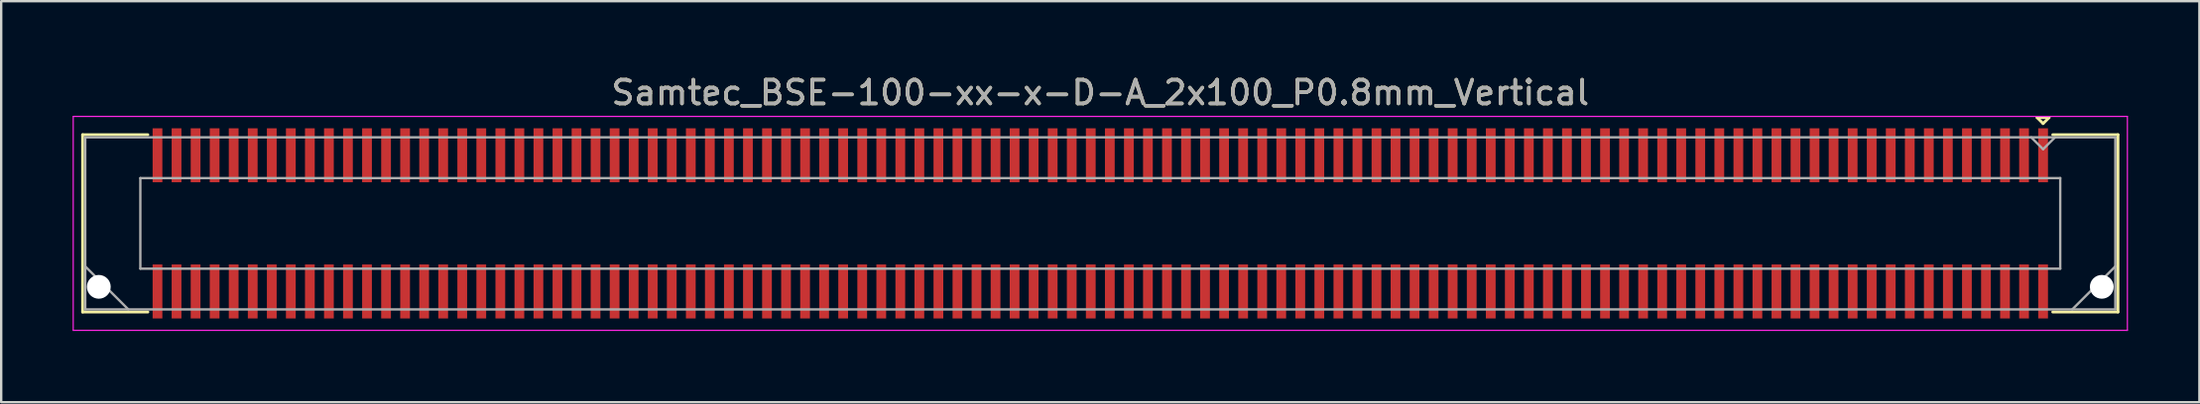
<source format=kicad_pcb>
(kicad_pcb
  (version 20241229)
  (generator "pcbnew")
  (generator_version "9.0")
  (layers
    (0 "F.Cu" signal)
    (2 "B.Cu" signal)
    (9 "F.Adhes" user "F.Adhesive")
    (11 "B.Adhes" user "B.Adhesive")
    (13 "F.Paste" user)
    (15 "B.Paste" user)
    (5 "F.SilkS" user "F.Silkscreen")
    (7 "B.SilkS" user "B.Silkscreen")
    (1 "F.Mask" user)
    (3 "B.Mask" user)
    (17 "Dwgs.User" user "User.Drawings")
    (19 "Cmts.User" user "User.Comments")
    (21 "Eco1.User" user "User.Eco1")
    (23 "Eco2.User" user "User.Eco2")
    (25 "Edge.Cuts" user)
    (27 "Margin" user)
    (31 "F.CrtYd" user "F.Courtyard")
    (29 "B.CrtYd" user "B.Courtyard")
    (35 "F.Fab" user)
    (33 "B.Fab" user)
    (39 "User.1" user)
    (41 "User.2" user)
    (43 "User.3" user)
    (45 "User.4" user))
  (footprint "Samtec_BSE-100-xx-x-D-A_2x100_P0.8mm_Vertical"
    (layer "F.Cu")
    (at 43.165 6.348)
    (property "Reference" "Samtec_BSE-100-xx-x-D-A_2x100_P0.8mm_Vertical" (at 0 -5.5 0) (layer "F.SilkS") (effects (font (size 1 1) (thickness 0.15))))
    (attr smd)
    (fp_line (start -42.745 -3.73) (end -40.005 -3.73) (stroke (width 0.12) (type solid)) (layer "F.SilkS"))
    (fp_line (start -42.745 3.73) (end -42.745 -3.73) (stroke (width 0.12) (type solid)) (layer "F.SilkS"))
    (fp_line (start -40.005 3.73) (end -42.745 3.73) (stroke (width 0.12) (type solid)) (layer "F.SilkS"))
    (fp_line (start 39.35 -4.45) (end 39.85 -4.45) (stroke (width 0.12) (type solid)) (layer "F.SilkS"))
    (fp_line (start 39.6 -4.2) (end 39.35 -4.45) (stroke (width 0.12) (type solid)) (layer "F.SilkS"))
    (fp_line (start 39.85 -4.45) (end 39.6 -4.2) (stroke (width 0.12) (type solid)) (layer "F.SilkS"))
    (fp_line (start 40.005 3.73) (end 42.745 3.73) (stroke (width 0.12) (type solid)) (layer "F.SilkS"))
    (fp_line (start 42.745 -3.73) (end 40.005 -3.73) (stroke (width 0.12) (type solid)) (layer "F.SilkS"))
    (fp_line (start 42.745 3.73) (end 42.745 -3.73) (stroke (width 0.12) (type solid)) (layer "F.SilkS"))
    (fp_line (start -43.14 -4.5) (end -43.14 4.5) (stroke (width 0.05) (type solid)) (layer "F.CrtYd"))
    (fp_line (start -43.14 4.5) (end 43.14 4.5) (stroke (width 0.05) (type solid)) (layer "F.CrtYd"))
    (fp_line (start 43.14 -4.5) (end -43.14 -4.5) (stroke (width 0.05) (type solid)) (layer "F.CrtYd"))
    (fp_line (start 43.14 4.5) (end 43.14 -4.5) (stroke (width 0.05) (type solid)) (layer "F.CrtYd"))
    (fp_line (start -42.635 -3.62) (end -42.635 3.62) (stroke (width 0.1) (type solid)) (layer "F.Fab"))
    (fp_line (start -42.635 1.81) (end -40.825 3.62) (stroke (width 0.1) (type solid)) (layer "F.Fab"))
    (fp_line (start -42.635 3.62) (end 42.635 3.62) (stroke (width 0.1) (type solid)) (layer "F.Fab"))
    (fp_line (start -40.32 -1.905) (end -40.32 1.905) (stroke (width 0.1) (type solid)) (layer "F.Fab"))
    (fp_line (start -40.32 1.905) (end 40.32 1.905) (stroke (width 0.1) (type solid)) (layer "F.Fab"))
    (fp_line (start 39.6 -3.12) (end 39.1 -3.62) (stroke (width 0.1) (type solid)) (layer "F.Fab"))
    (fp_line (start 40.1 -3.62) (end 39.6 -3.12) (stroke (width 0.1) (type solid)) (layer "F.Fab"))
    (fp_line (start 40.32 -1.905) (end -40.32 -1.905) (stroke (width 0.1) (type solid)) (layer "F.Fab"))
    (fp_line (start 40.32 1.905) (end 40.32 -1.905) (stroke (width 0.1) (type solid)) (layer "F.Fab"))
    (fp_line (start 42.635 -3.62) (end -42.635 -3.62) (stroke (width 0.1) (type solid)) (layer "F.Fab"))
    (fp_line (start 42.635 1.81) (end 40.825 3.62) (stroke (width 0.1) (type solid)) (layer "F.Fab"))
    (fp_line (start 42.635 3.62) (end 42.635 -3.62) (stroke (width 0.1) (type solid)) (layer "F.Fab"))
    (fp_text user "${REFERENCE}" (at 0 -5.5 0) (layer "F.Fab") (effects (font (size 1 1) (thickness 0.15))))
    (pad "" np_thru_hole circle (at -42.065 2.67) (size 1 1) (drill 1) (layers "*.Cu" "*.Mask"))
    (pad "" np_thru_hole circle (at 42.065 2.67) (size 1 1) (drill 1) (layers "*.Cu" "*.Mask"))
    (pad "1" smd rect (at 39.6 -2.865) (size 0.41 2.27) (layers "F.Cu" "F.Mask" "F.Paste"))
    (pad "2" smd rect (at 39.6 2.865) (size 0.41 2.27) (layers "F.Cu" "F.Mask" "F.Paste"))
    (pad "3" smd rect (at 38.8 -2.865) (size 0.41 2.27) (layers "F.Cu" "F.Mask" "F.Paste"))
    (pad "4" smd rect (at 38.8 2.865) (size 0.41 2.27) (layers "F.Cu" "F.Mask" "F.Paste"))
    (pad "5" smd rect (at 38 -2.865) (size 0.41 2.27) (layers "F.Cu" "F.Mask" "F.Paste"))
    (pad "6" smd rect (at 38 2.865) (size 0.41 2.27) (layers "F.Cu" "F.Mask" "F.Paste"))
    (pad "7" smd rect (at 37.2 -2.865) (size 0.41 2.27) (layers "F.Cu" "F.Mask" "F.Paste"))
    (pad "8" smd rect (at 37.2 2.865) (size 0.41 2.27) (layers "F.Cu" "F.Mask" "F.Paste"))
    (pad "9" smd rect (at 36.4 -2.865) (size 0.41 2.27) (layers "F.Cu" "F.Mask" "F.Paste"))
    (pad "10" smd rect (at 36.4 2.865) (size 0.41 2.27) (layers "F.Cu" "F.Mask" "F.Paste"))
    (pad "11" smd rect (at 35.6 -2.865) (size 0.41 2.27) (layers "F.Cu" "F.Mask" "F.Paste"))
    (pad "12" smd rect (at 35.6 2.865) (size 0.41 2.27) (layers "F.Cu" "F.Mask" "F.Paste"))
    (pad "13" smd rect (at 34.8 -2.865) (size 0.41 2.27) (layers "F.Cu" "F.Mask" "F.Paste"))
    (pad "14" smd rect (at 34.8 2.865) (size 0.41 2.27) (layers "F.Cu" "F.Mask" "F.Paste"))
    (pad "15" smd rect (at 34 -2.865) (size 0.41 2.27) (layers "F.Cu" "F.Mask" "F.Paste"))
    (pad "16" smd rect (at 34 2.865) (size 0.41 2.27) (layers "F.Cu" "F.Mask" "F.Paste"))
    (pad "17" smd rect (at 33.2 -2.865) (size 0.41 2.27) (layers "F.Cu" "F.Mask" "F.Paste"))
    (pad "18" smd rect (at 33.2 2.865) (size 0.41 2.27) (layers "F.Cu" "F.Mask" "F.Paste"))
    (pad "19" smd rect (at 32.4 -2.865) (size 0.41 2.27) (layers "F.Cu" "F.Mask" "F.Paste"))
    (pad "20" smd rect (at 32.4 2.865) (size 0.41 2.27) (layers "F.Cu" "F.Mask" "F.Paste"))
    (pad "21" smd rect (at 31.6 -2.865) (size 0.41 2.27) (layers "F.Cu" "F.Mask" "F.Paste"))
    (pad "22" smd rect (at 31.6 2.865) (size 0.41 2.27) (layers "F.Cu" "F.Mask" "F.Paste"))
    (pad "23" smd rect (at 30.8 -2.865) (size 0.41 2.27) (layers "F.Cu" "F.Mask" "F.Paste"))
    (pad "24" smd rect (at 30.8 2.865) (size 0.41 2.27) (layers "F.Cu" "F.Mask" "F.Paste"))
    (pad "25" smd rect (at 30 -2.865) (size 0.41 2.27) (layers "F.Cu" "F.Mask" "F.Paste"))
    (pad "26" smd rect (at 30 2.865) (size 0.41 2.27) (layers "F.Cu" "F.Mask" "F.Paste"))
    (pad "27" smd rect (at 29.2 -2.865) (size 0.41 2.27) (layers "F.Cu" "F.Mask" "F.Paste"))
    (pad "28" smd rect (at 29.2 2.865) (size 0.41 2.27) (layers "F.Cu" "F.Mask" "F.Paste"))
    (pad "29" smd rect (at 28.4 -2.865) (size 0.41 2.27) (layers "F.Cu" "F.Mask" "F.Paste"))
    (pad "30" smd rect (at 28.4 2.865) (size 0.41 2.27) (layers "F.Cu" "F.Mask" "F.Paste"))
    (pad "31" smd rect (at 27.6 -2.865) (size 0.41 2.27) (layers "F.Cu" "F.Mask" "F.Paste"))
    (pad "32" smd rect (at 27.6 2.865) (size 0.41 2.27) (layers "F.Cu" "F.Mask" "F.Paste"))
    (pad "33" smd rect (at 26.8 -2.865) (size 0.41 2.27) (layers "F.Cu" "F.Mask" "F.Paste"))
    (pad "34" smd rect (at 26.8 2.865) (size 0.41 2.27) (layers "F.Cu" "F.Mask" "F.Paste"))
    (pad "35" smd rect (at 26 -2.865) (size 0.41 2.27) (layers "F.Cu" "F.Mask" "F.Paste"))
    (pad "36" smd rect (at 26 2.865) (size 0.41 2.27) (layers "F.Cu" "F.Mask" "F.Paste"))
    (pad "37" smd rect (at 25.2 -2.865) (size 0.41 2.27) (layers "F.Cu" "F.Mask" "F.Paste"))
    (pad "38" smd rect (at 25.2 2.865) (size 0.41 2.27) (layers "F.Cu" "F.Mask" "F.Paste"))
    (pad "39" smd rect (at 24.4 -2.865) (size 0.41 2.27) (layers "F.Cu" "F.Mask" "F.Paste"))
    (pad "40" smd rect (at 24.4 2.865) (size 0.41 2.27) (layers "F.Cu" "F.Mask" "F.Paste"))
    (pad "41" smd rect (at 23.6 -2.865) (size 0.41 2.27) (layers "F.Cu" "F.Mask" "F.Paste"))
    (pad "42" smd rect (at 23.6 2.865) (size 0.41 2.27) (layers "F.Cu" "F.Mask" "F.Paste"))
    (pad "43" smd rect (at 22.8 -2.865) (size 0.41 2.27) (layers "F.Cu" "F.Mask" "F.Paste"))
    (pad "44" smd rect (at 22.8 2.865) (size 0.41 2.27) (layers "F.Cu" "F.Mask" "F.Paste"))
    (pad "45" smd rect (at 22 -2.865) (size 0.41 2.27) (layers "F.Cu" "F.Mask" "F.Paste"))
    (pad "46" smd rect (at 22 2.865) (size 0.41 2.27) (layers "F.Cu" "F.Mask" "F.Paste"))
    (pad "47" smd rect (at 21.2 -2.865) (size 0.41 2.27) (layers "F.Cu" "F.Mask" "F.Paste"))
    (pad "48" smd rect (at 21.2 2.865) (size 0.41 2.27) (layers "F.Cu" "F.Mask" "F.Paste"))
    (pad "49" smd rect (at 20.4 -2.865) (size 0.41 2.27) (layers "F.Cu" "F.Mask" "F.Paste"))
    (pad "50" smd rect (at 20.4 2.865) (size 0.41 2.27) (layers "F.Cu" "F.Mask" "F.Paste"))
    (pad "51" smd rect (at 19.6 -2.865) (size 0.41 2.27) (layers "F.Cu" "F.Mask" "F.Paste"))
    (pad "52" smd rect (at 19.6 2.865) (size 0.41 2.27) (layers "F.Cu" "F.Mask" "F.Paste"))
    (pad "53" smd rect (at 18.8 -2.865) (size 0.41 2.27) (layers "F.Cu" "F.Mask" "F.Paste"))
    (pad "54" smd rect (at 18.8 2.865) (size 0.41 2.27) (layers "F.Cu" "F.Mask" "F.Paste"))
    (pad "55" smd rect (at 18 -2.865) (size 0.41 2.27) (layers "F.Cu" "F.Mask" "F.Paste"))
    (pad "56" smd rect (at 18 2.865) (size 0.41 2.27) (layers "F.Cu" "F.Mask" "F.Paste"))
    (pad "57" smd rect (at 17.2 -2.865) (size 0.41 2.27) (layers "F.Cu" "F.Mask" "F.Paste"))
    (pad "58" smd rect (at 17.2 2.865) (size 0.41 2.27) (layers "F.Cu" "F.Mask" "F.Paste"))
    (pad "59" smd rect (at 16.4 -2.865) (size 0.41 2.27) (layers "F.Cu" "F.Mask" "F.Paste"))
    (pad "60" smd rect (at 16.4 2.865) (size 0.41 2.27) (layers "F.Cu" "F.Mask" "F.Paste"))
    (pad "61" smd rect (at 15.6 -2.865) (size 0.41 2.27) (layers "F.Cu" "F.Mask" "F.Paste"))
    (pad "62" smd rect (at 15.6 2.865) (size 0.41 2.27) (layers "F.Cu" "F.Mask" "F.Paste"))
    (pad "63" smd rect (at 14.8 -2.865) (size 0.41 2.27) (layers "F.Cu" "F.Mask" "F.Paste"))
    (pad "64" smd rect (at 14.8 2.865) (size 0.41 2.27) (layers "F.Cu" "F.Mask" "F.Paste"))
    (pad "65" smd rect (at 14 -2.865) (size 0.41 2.27) (layers "F.Cu" "F.Mask" "F.Paste"))
    (pad "66" smd rect (at 14 2.865) (size 0.41 2.27) (layers "F.Cu" "F.Mask" "F.Paste"))
    (pad "67" smd rect (at 13.2 -2.865) (size 0.41 2.27) (layers "F.Cu" "F.Mask" "F.Paste"))
    (pad "68" smd rect (at 13.2 2.865) (size 0.41 2.27) (layers "F.Cu" "F.Mask" "F.Paste"))
    (pad "69" smd rect (at 12.4 -2.865) (size 0.41 2.27) (layers "F.Cu" "F.Mask" "F.Paste"))
    (pad "70" smd rect (at 12.4 2.865) (size 0.41 2.27) (layers "F.Cu" "F.Mask" "F.Paste"))
    (pad "71" smd rect (at 11.6 -2.865) (size 0.41 2.27) (layers "F.Cu" "F.Mask" "F.Paste"))
    (pad "72" smd rect (at 11.6 2.865) (size 0.41 2.27) (layers "F.Cu" "F.Mask" "F.Paste"))
    (pad "73" smd rect (at 10.8 -2.865) (size 0.41 2.27) (layers "F.Cu" "F.Mask" "F.Paste"))
    (pad "74" smd rect (at 10.8 2.865) (size 0.41 2.27) (layers "F.Cu" "F.Mask" "F.Paste"))
    (pad "75" smd rect (at 10 -2.865) (size 0.41 2.27) (layers "F.Cu" "F.Mask" "F.Paste"))
    (pad "76" smd rect (at 10 2.865) (size 0.41 2.27) (layers "F.Cu" "F.Mask" "F.Paste"))
    (pad "77" smd rect (at 9.2 -2.865) (size 0.41 2.27) (layers "F.Cu" "F.Mask" "F.Paste"))
    (pad "78" smd rect (at 9.2 2.865) (size 0.41 2.27) (layers "F.Cu" "F.Mask" "F.Paste"))
    (pad "79" smd rect (at 8.4 -2.865) (size 0.41 2.27) (layers "F.Cu" "F.Mask" "F.Paste"))
    (pad "80" smd rect (at 8.4 2.865) (size 0.41 2.27) (layers "F.Cu" "F.Mask" "F.Paste"))
    (pad "81" smd rect (at 7.6 -2.865) (size 0.41 2.27) (layers "F.Cu" "F.Mask" "F.Paste"))
    (pad "82" smd rect (at 7.6 2.865) (size 0.41 2.27) (layers "F.Cu" "F.Mask" "F.Paste"))
    (pad "83" smd rect (at 6.8 -2.865) (size 0.41 2.27) (layers "F.Cu" "F.Mask" "F.Paste"))
    (pad "84" smd rect (at 6.8 2.865) (size 0.41 2.27) (layers "F.Cu" "F.Mask" "F.Paste"))
    (pad "85" smd rect (at 6 -2.865) (size 0.41 2.27) (layers "F.Cu" "F.Mask" "F.Paste"))
    (pad "86" smd rect (at 6 2.865) (size 0.41 2.27) (layers "F.Cu" "F.Mask" "F.Paste"))
    (pad "87" smd rect (at 5.2 -2.865) (size 0.41 2.27) (layers "F.Cu" "F.Mask" "F.Paste"))
    (pad "88" smd rect (at 5.2 2.865) (size 0.41 2.27) (layers "F.Cu" "F.Mask" "F.Paste"))
    (pad "89" smd rect (at 4.4 -2.865) (size 0.41 2.27) (layers "F.Cu" "F.Mask" "F.Paste"))
    (pad "90" smd rect (at 4.4 2.865) (size 0.41 2.27) (layers "F.Cu" "F.Mask" "F.Paste"))
    (pad "91" smd rect (at 3.6 -2.865) (size 0.41 2.27) (layers "F.Cu" "F.Mask" "F.Paste"))
    (pad "92" smd rect (at 3.6 2.865) (size 0.41 2.27) (layers "F.Cu" "F.Mask" "F.Paste"))
    (pad "93" smd rect (at 2.8 -2.865) (size 0.41 2.27) (layers "F.Cu" "F.Mask" "F.Paste"))
    (pad "94" smd rect (at 2.8 2.865) (size 0.41 2.27) (layers "F.Cu" "F.Mask" "F.Paste"))
    (pad "95" smd rect (at 2 -2.865) (size 0.41 2.27) (layers "F.Cu" "F.Mask" "F.Paste"))
    (pad "96" smd rect (at 2 2.865) (size 0.41 2.27) (layers "F.Cu" "F.Mask" "F.Paste"))
    (pad "97" smd rect (at 1.2 -2.865) (size 0.41 2.27) (layers "F.Cu" "F.Mask" "F.Paste"))
    (pad "98" smd rect (at 1.2 2.865) (size 0.41 2.27) (layers "F.Cu" "F.Mask" "F.Paste"))
    (pad "99" smd rect (at 0.4 -2.865) (size 0.41 2.27) (layers "F.Cu" "F.Mask" "F.Paste"))
    (pad "100" smd rect (at 0.4 2.865) (size 0.41 2.27) (layers "F.Cu" "F.Mask" "F.Paste"))
    (pad "101" smd rect (at -0.4 -2.865) (size 0.41 2.27) (layers "F.Cu" "F.Mask" "F.Paste"))
    (pad "102" smd rect (at -0.4 2.865) (size 0.41 2.27) (layers "F.Cu" "F.Mask" "F.Paste"))
    (pad "103" smd rect (at -1.2 -2.865) (size 0.41 2.27) (layers "F.Cu" "F.Mask" "F.Paste"))
    (pad "104" smd rect (at -1.2 2.865) (size 0.41 2.27) (layers "F.Cu" "F.Mask" "F.Paste"))
    (pad "105" smd rect (at -2 -2.865) (size 0.41 2.27) (layers "F.Cu" "F.Mask" "F.Paste"))
    (pad "106" smd rect (at -2 2.865) (size 0.41 2.27) (layers "F.Cu" "F.Mask" "F.Paste"))
    (pad "107" smd rect (at -2.8 -2.865) (size 0.41 2.27) (layers "F.Cu" "F.Mask" "F.Paste"))
    (pad "108" smd rect (at -2.8 2.865) (size 0.41 2.27) (layers "F.Cu" "F.Mask" "F.Paste"))
    (pad "109" smd rect (at -3.6 -2.865) (size 0.41 2.27) (layers "F.Cu" "F.Mask" "F.Paste"))
    (pad "110" smd rect (at -3.6 2.865) (size 0.41 2.27) (layers "F.Cu" "F.Mask" "F.Paste"))
    (pad "111" smd rect (at -4.4 -2.865) (size 0.41 2.27) (layers "F.Cu" "F.Mask" "F.Paste"))
    (pad "112" smd rect (at -4.4 2.865) (size 0.41 2.27) (layers "F.Cu" "F.Mask" "F.Paste"))
    (pad "113" smd rect (at -5.2 -2.865) (size 0.41 2.27) (layers "F.Cu" "F.Mask" "F.Paste"))
    (pad "114" smd rect (at -5.2 2.865) (size 0.41 2.27) (layers "F.Cu" "F.Mask" "F.Paste"))
    (pad "115" smd rect (at -6 -2.865) (size 0.41 2.27) (layers "F.Cu" "F.Mask" "F.Paste"))
    (pad "116" smd rect (at -6 2.865) (size 0.41 2.27) (layers "F.Cu" "F.Mask" "F.Paste"))
    (pad "117" smd rect (at -6.8 -2.865) (size 0.41 2.27) (layers "F.Cu" "F.Mask" "F.Paste"))
    (pad "118" smd rect (at -6.8 2.865) (size 0.41 2.27) (layers "F.Cu" "F.Mask" "F.Paste"))
    (pad "119" smd rect (at -7.6 -2.865) (size 0.41 2.27) (layers "F.Cu" "F.Mask" "F.Paste"))
    (pad "120" smd rect (at -7.6 2.865) (size 0.41 2.27) (layers "F.Cu" "F.Mask" "F.Paste"))
    (pad "121" smd rect (at -8.4 -2.865) (size 0.41 2.27) (layers "F.Cu" "F.Mask" "F.Paste"))
    (pad "122" smd rect (at -8.4 2.865) (size 0.41 2.27) (layers "F.Cu" "F.Mask" "F.Paste"))
    (pad "123" smd rect (at -9.2 -2.865) (size 0.41 2.27) (layers "F.Cu" "F.Mask" "F.Paste"))
    (pad "124" smd rect (at -9.2 2.865) (size 0.41 2.27) (layers "F.Cu" "F.Mask" "F.Paste"))
    (pad "125" smd rect (at -10 -2.865) (size 0.41 2.27) (layers "F.Cu" "F.Mask" "F.Paste"))
    (pad "126" smd rect (at -10 2.865) (size 0.41 2.27) (layers "F.Cu" "F.Mask" "F.Paste"))
    (pad "127" smd rect (at -10.8 -2.865) (size 0.41 2.27) (layers "F.Cu" "F.Mask" "F.Paste"))
    (pad "128" smd rect (at -10.8 2.865) (size 0.41 2.27) (layers "F.Cu" "F.Mask" "F.Paste"))
    (pad "129" smd rect (at -11.6 -2.865) (size 0.41 2.27) (layers "F.Cu" "F.Mask" "F.Paste"))
    (pad "130" smd rect (at -11.6 2.865) (size 0.41 2.27) (layers "F.Cu" "F.Mask" "F.Paste"))
    (pad "131" smd rect (at -12.4 -2.865) (size 0.41 2.27) (layers "F.Cu" "F.Mask" "F.Paste"))
    (pad "132" smd rect (at -12.4 2.865) (size 0.41 2.27) (layers "F.Cu" "F.Mask" "F.Paste"))
    (pad "133" smd rect (at -13.2 -2.865) (size 0.41 2.27) (layers "F.Cu" "F.Mask" "F.Paste"))
    (pad "134" smd rect (at -13.2 2.865) (size 0.41 2.27) (layers "F.Cu" "F.Mask" "F.Paste"))
    (pad "135" smd rect (at -14 -2.865) (size 0.41 2.27) (layers "F.Cu" "F.Mask" "F.Paste"))
    (pad "136" smd rect (at -14 2.865) (size 0.41 2.27) (layers "F.Cu" "F.Mask" "F.Paste"))
    (pad "137" smd rect (at -14.8 -2.865) (size 0.41 2.27) (layers "F.Cu" "F.Mask" "F.Paste"))
    (pad "138" smd rect (at -14.8 2.865) (size 0.41 2.27) (layers "F.Cu" "F.Mask" "F.Paste"))
    (pad "139" smd rect (at -15.6 -2.865) (size 0.41 2.27) (layers "F.Cu" "F.Mask" "F.Paste"))
    (pad "140" smd rect (at -15.6 2.865) (size 0.41 2.27) (layers "F.Cu" "F.Mask" "F.Paste"))
    (pad "141" smd rect (at -16.4 -2.865) (size 0.41 2.27) (layers "F.Cu" "F.Mask" "F.Paste"))
    (pad "142" smd rect (at -16.4 2.865) (size 0.41 2.27) (layers "F.Cu" "F.Mask" "F.Paste"))
    (pad "143" smd rect (at -17.2 -2.865) (size 0.41 2.27) (layers "F.Cu" "F.Mask" "F.Paste"))
    (pad "144" smd rect (at -17.2 2.865) (size 0.41 2.27) (layers "F.Cu" "F.Mask" "F.Paste"))
    (pad "145" smd rect (at -18 -2.865) (size 0.41 2.27) (layers "F.Cu" "F.Mask" "F.Paste"))
    (pad "146" smd rect (at -18 2.865) (size 0.41 2.27) (layers "F.Cu" "F.Mask" "F.Paste"))
    (pad "147" smd rect (at -18.8 -2.865) (size 0.41 2.27) (layers "F.Cu" "F.Mask" "F.Paste"))
    (pad "148" smd rect (at -18.8 2.865) (size 0.41 2.27) (layers "F.Cu" "F.Mask" "F.Paste"))
    (pad "149" smd rect (at -19.6 -2.865) (size 0.41 2.27) (layers "F.Cu" "F.Mask" "F.Paste"))
    (pad "150" smd rect (at -19.6 2.865) (size 0.41 2.27) (layers "F.Cu" "F.Mask" "F.Paste"))
    (pad "151" smd rect (at -20.4 -2.865) (size 0.41 2.27) (layers "F.Cu" "F.Mask" "F.Paste"))
    (pad "152" smd rect (at -20.4 2.865) (size 0.41 2.27) (layers "F.Cu" "F.Mask" "F.Paste"))
    (pad "153" smd rect (at -21.2 -2.865) (size 0.41 2.27) (layers "F.Cu" "F.Mask" "F.Paste"))
    (pad "154" smd rect (at -21.2 2.865) (size 0.41 2.27) (layers "F.Cu" "F.Mask" "F.Paste"))
    (pad "155" smd rect (at -22 -2.865) (size 0.41 2.27) (layers "F.Cu" "F.Mask" "F.Paste"))
    (pad "156" smd rect (at -22 2.865) (size 0.41 2.27) (layers "F.Cu" "F.Mask" "F.Paste"))
    (pad "157" smd rect (at -22.8 -2.865) (size 0.41 2.27) (layers "F.Cu" "F.Mask" "F.Paste"))
    (pad "158" smd rect (at -22.8 2.865) (size 0.41 2.27) (layers "F.Cu" "F.Mask" "F.Paste"))
    (pad "159" smd rect (at -23.6 -2.865) (size 0.41 2.27) (layers "F.Cu" "F.Mask" "F.Paste"))
    (pad "160" smd rect (at -23.6 2.865) (size 0.41 2.27) (layers "F.Cu" "F.Mask" "F.Paste"))
    (pad "161" smd rect (at -24.4 -2.865) (size 0.41 2.27) (layers "F.Cu" "F.Mask" "F.Paste"))
    (pad "162" smd rect (at -24.4 2.865) (size 0.41 2.27) (layers "F.Cu" "F.Mask" "F.Paste"))
    (pad "163" smd rect (at -25.2 -2.865) (size 0.41 2.27) (layers "F.Cu" "F.Mask" "F.Paste"))
    (pad "164" smd rect (at -25.2 2.865) (size 0.41 2.27) (layers "F.Cu" "F.Mask" "F.Paste"))
    (pad "165" smd rect (at -26 -2.865) (size 0.41 2.27) (layers "F.Cu" "F.Mask" "F.Paste"))
    (pad "166" smd rect (at -26 2.865) (size 0.41 2.27) (layers "F.Cu" "F.Mask" "F.Paste"))
    (pad "167" smd rect (at -26.8 -2.865) (size 0.41 2.27) (layers "F.Cu" "F.Mask" "F.Paste"))
    (pad "168" smd rect (at -26.8 2.865) (size 0.41 2.27) (layers "F.Cu" "F.Mask" "F.Paste"))
    (pad "169" smd rect (at -27.6 -2.865) (size 0.41 2.27) (layers "F.Cu" "F.Mask" "F.Paste"))
    (pad "170" smd rect (at -27.6 2.865) (size 0.41 2.27) (layers "F.Cu" "F.Mask" "F.Paste"))
    (pad "171" smd rect (at -28.4 -2.865) (size 0.41 2.27) (layers "F.Cu" "F.Mask" "F.Paste"))
    (pad "172" smd rect (at -28.4 2.865) (size 0.41 2.27) (layers "F.Cu" "F.Mask" "F.Paste"))
    (pad "173" smd rect (at -29.2 -2.865) (size 0.41 2.27) (layers "F.Cu" "F.Mask" "F.Paste"))
    (pad "174" smd rect (at -29.2 2.865) (size 0.41 2.27) (layers "F.Cu" "F.Mask" "F.Paste"))
    (pad "175" smd rect (at -30 -2.865) (size 0.41 2.27) (layers "F.Cu" "F.Mask" "F.Paste"))
    (pad "176" smd rect (at -30 2.865) (size 0.41 2.27) (layers "F.Cu" "F.Mask" "F.Paste"))
    (pad "177" smd rect (at -30.8 -2.865) (size 0.41 2.27) (layers "F.Cu" "F.Mask" "F.Paste"))
    (pad "178" smd rect (at -30.8 2.865) (size 0.41 2.27) (layers "F.Cu" "F.Mask" "F.Paste"))
    (pad "179" smd rect (at -31.6 -2.865) (size 0.41 2.27) (layers "F.Cu" "F.Mask" "F.Paste"))
    (pad "180" smd rect (at -31.6 2.865) (size 0.41 2.27) (layers "F.Cu" "F.Mask" "F.Paste"))
    (pad "181" smd rect (at -32.4 -2.865) (size 0.41 2.27) (layers "F.Cu" "F.Mask" "F.Paste"))
    (pad "182" smd rect (at -32.4 2.865) (size 0.41 2.27) (layers "F.Cu" "F.Mask" "F.Paste"))
    (pad "183" smd rect (at -33.2 -2.865) (size 0.41 2.27) (layers "F.Cu" "F.Mask" "F.Paste"))
    (pad "184" smd rect (at -33.2 2.865) (size 0.41 2.27) (layers "F.Cu" "F.Mask" "F.Paste"))
    (pad "185" smd rect (at -34 -2.865) (size 0.41 2.27) (layers "F.Cu" "F.Mask" "F.Paste"))
    (pad "186" smd rect (at -34 2.865) (size 0.41 2.27) (layers "F.Cu" "F.Mask" "F.Paste"))
    (pad "187" smd rect (at -34.8 -2.865) (size 0.41 2.27) (layers "F.Cu" "F.Mask" "F.Paste"))
    (pad "188" smd rect (at -34.8 2.865) (size 0.41 2.27) (layers "F.Cu" "F.Mask" "F.Paste"))
    (pad "189" smd rect (at -35.6 -2.865) (size 0.41 2.27) (layers "F.Cu" "F.Mask" "F.Paste"))
    (pad "190" smd rect (at -35.6 2.865) (size 0.41 2.27) (layers "F.Cu" "F.Mask" "F.Paste"))
    (pad "191" smd rect (at -36.4 -2.865) (size 0.41 2.27) (layers "F.Cu" "F.Mask" "F.Paste"))
    (pad "192" smd rect (at -36.4 2.865) (size 0.41 2.27) (layers "F.Cu" "F.Mask" "F.Paste"))
    (pad "193" smd rect (at -37.2 -2.865) (size 0.41 2.27) (layers "F.Cu" "F.Mask" "F.Paste"))
    (pad "194" smd rect (at -37.2 2.865) (size 0.41 2.27) (layers "F.Cu" "F.Mask" "F.Paste"))
    (pad "195" smd rect (at -38 -2.865) (size 0.41 2.27) (layers "F.Cu" "F.Mask" "F.Paste"))
    (pad "196" smd rect (at -38 2.865) (size 0.41 2.27) (layers "F.Cu" "F.Mask" "F.Paste"))
    (pad "197" smd rect (at -38.8 -2.865) (size 0.41 2.27) (layers "F.Cu" "F.Mask" "F.Paste"))
    (pad "198" smd rect (at -38.8 2.865) (size 0.41 2.27) (layers "F.Cu" "F.Mask" "F.Paste"))
    (pad "199" smd rect (at -39.6 -2.865) (size 0.41 2.27) (layers "F.Cu" "F.Mask" "F.Paste"))
    (pad "200" smd rect (at -39.6 2.865) (size 0.41 2.27) (layers "F.Cu" "F.Mask" "F.Paste")))
  (gr_rect
    (start -3 -3)
    (end 89.33 13.873)
    (stroke (width 0.1) (type default))
    (fill no)
    (layer "Edge.Cuts")))
</source>
